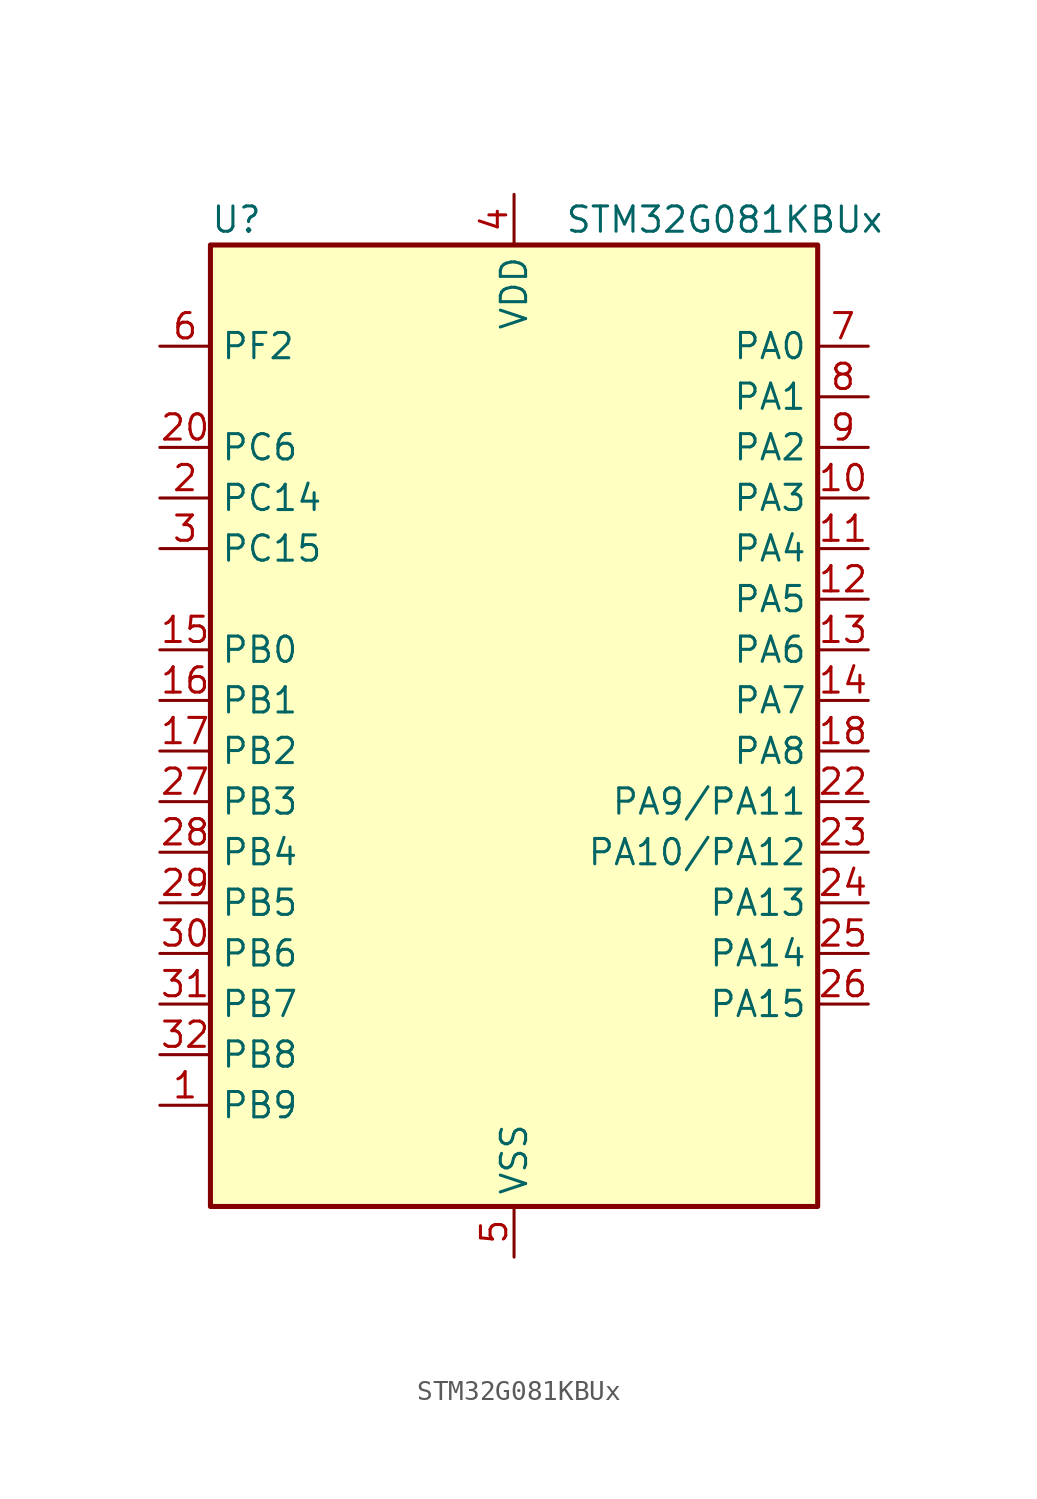
<source format=kicad_sym>
(kicad_symbol_lib
  (version 20241209)
  (generator "kicad_symbol_editor")
  (generator_version "9.0")
  (symbol "STM32G081KBUx"
    (property "Reference" "U"
      (at -15.24 26.67 0)
      (effects (font (size 1.27 1.27)) (justify left)))
    (property "Value" "STM32G081KBUx"
      (at 2.54 26.67 0)
      (effects (font (size 1.27 1.27)) (justify left)))
    (symbol "STM32G081KBUx_0_1"
      (rectangle (start -15.24 -22.86) (end 15.24 25.4) (stroke (width 0.254) (type default)) (fill (type background))))
    (symbol "STM32G081KBUx_1_1"
      (pin bidirectional line (at -17.78 20.32 0) (length 2.54) (name "PF2" (effects (font (size 1.27 1.27)))) (number "6" (effects (font (size 1.27 1.27)))) (alternate "RCC_MCO" bidirectional line))
      (pin bidirectional line (at -17.78 15.24 0) (length 2.54) (name "PC6" (effects (font (size 1.27 1.27)))) (number "20" (effects (font (size 1.27 1.27)))) (alternate "TIM2_CH3" bidirectional line) (alternate "TIM3_CH1" bidirectional line) (alternate "UCPD1_FRSTX1" bidirectional line) (alternate "UCPD1_FRSTX2" bidirectional line))
      (pin bidirectional line (at -17.78 12.7 0) (length 2.54) (name "PC14" (effects (font (size 1.27 1.27)))) (number "2" (effects (font (size 1.27 1.27)))) (alternate "RCC_OSC32_IN" bidirectional line) (alternate "RCC_OSC_IN" bidirectional line) (alternate "TIM1_BK2" bidirectional line))
      (pin bidirectional line (at -17.78 10.16 0) (length 2.54) (name "PC15" (effects (font (size 1.27 1.27)))) (number "3" (effects (font (size 1.27 1.27)))) (alternate "RCC_OSC32_EN" bidirectional line) (alternate "RCC_OSC32_OUT" bidirectional line) (alternate "RCC_OSC_EN" bidirectional line) (alternate "TIM15_BK" bidirectional line))
      (pin bidirectional line (at -17.78 5.08 0) (length 2.54) (name "PB0" (effects (font (size 1.27 1.27)))) (number "15" (effects (font (size 1.27 1.27)))) (alternate "ADC1_IN8" bidirectional line) (alternate "COMP1_OUT" bidirectional line) (alternate "I2S1_WS" bidirectional line) (alternate "LPTIM1_OUT" bidirectional line) (alternate "SPI1_NSS" bidirectional line) (alternate "TIM1_CH2N" bidirectional line) (alternate "TIM3_CH3" bidirectional line) (alternate "UCPD1_FRSTX1" bidirectional line) (alternate "UCPD1_FRSTX2" bidirectional line) (alternate "USART3_RX" bidirectional line))
      (pin bidirectional line (at -17.78 2.54 0) (length 2.54) (name "PB1" (effects (font (size 1.27 1.27)))) (number "16" (effects (font (size 1.27 1.27)))) (alternate "ADC1_IN9" bidirectional line) (alternate "COMP1_INM" bidirectional line) (alternate "LPTIM2_IN1" bidirectional line) (alternate "LPUART1_DE" bidirectional line) (alternate "LPUART1_RTS" bidirectional line) (alternate "TIM14_CH1" bidirectional line) (alternate "TIM1_CH3N" bidirectional line) (alternate "TIM3_CH4" bidirectional line) (alternate "USART3_CK" bidirectional line) (alternate "USART3_DE" bidirectional line) (alternate "USART3_RTS" bidirectional line))
      (pin bidirectional line (at -17.78 0 0) (length 2.54) (name "PB2" (effects (font (size 1.27 1.27)))) (number "17" (effects (font (size 1.27 1.27)))) (alternate "ADC1_IN10" bidirectional line) (alternate "COMP1_INP" bidirectional line) (alternate "LPTIM1_OUT" bidirectional line) (alternate "SPI2_MISO" bidirectional line) (alternate "USART3_TX" bidirectional line))
      (pin bidirectional line (at -17.78 -2.54 0) (length 2.54) (name "PB3" (effects (font (size 1.27 1.27)))) (number "27" (effects (font (size 1.27 1.27)))) (alternate "COMP2_INM" bidirectional line) (alternate "I2S1_CK" bidirectional line) (alternate "SPI1_SCK" bidirectional line) (alternate "TIM1_CH2" bidirectional line) (alternate "TIM2_CH2" bidirectional line) (alternate "USART1_CK" bidirectional line) (alternate "USART1_DE" bidirectional line) (alternate "USART1_RTS" bidirectional line))
      (pin bidirectional line (at -17.78 -5.08 0) (length 2.54) (name "PB4" (effects (font (size 1.27 1.27)))) (number "28" (effects (font (size 1.27 1.27)))) (alternate "COMP2_INP" bidirectional line) (alternate "I2S1_MCK" bidirectional line) (alternate "SPI1_MISO" bidirectional line) (alternate "TIM17_BK" bidirectional line) (alternate "TIM3_CH1" bidirectional line) (alternate "USART1_CTS" bidirectional line) (alternate "USART1_NSS" bidirectional line))
      (pin bidirectional line (at -17.78 -7.62 0) (length 2.54) (name "PB5" (effects (font (size 1.27 1.27)))) (number "29" (effects (font (size 1.27 1.27)))) (alternate "COMP2_OUT" bidirectional line) (alternate "I2C1_SMBA" bidirectional line) (alternate "I2S1_SD" bidirectional line) (alternate "LPTIM1_IN1" bidirectional line) (alternate "SPI1_MOSI" bidirectional line) (alternate "SYS_WKUP6" bidirectional line) (alternate "TIM16_BK" bidirectional line) (alternate "TIM3_CH2" bidirectional line))
      (pin bidirectional line (at -17.78 -10.16 0) (length 2.54) (name "PB6" (effects (font (size 1.27 1.27)))) (number "30" (effects (font (size 1.27 1.27)))) (alternate "COMP2_INP" bidirectional line) (alternate "I2C1_SCL" bidirectional line) (alternate "LPTIM1_ETR" bidirectional line) (alternate "SPI2_MISO" bidirectional line) (alternate "TIM16_CH1N" bidirectional line) (alternate "TIM1_CH3" bidirectional line) (alternate "USART1_TX" bidirectional line))
      (pin bidirectional line (at -17.78 -12.7 0) (length 2.54) (name "PB7" (effects (font (size 1.27 1.27)))) (number "31" (effects (font (size 1.27 1.27)))) (alternate "COMP2_INM" bidirectional line) (alternate "I2C1_SDA" bidirectional line) (alternate "LPTIM1_IN2" bidirectional line) (alternate "SPI2_MOSI" bidirectional line) (alternate "SYS_PVD_IN" bidirectional line) (alternate "TIM17_CH1N" bidirectional line) (alternate "USART1_RX" bidirectional line) (alternate "USART4_CTS" bidirectional line) (alternate "USART4_NSS" bidirectional line))
      (pin bidirectional line (at -17.78 -15.24 0) (length 2.54) (name "PB8" (effects (font (size 1.27 1.27)))) (number "32" (effects (font (size 1.27 1.27)))) (alternate "CEC" bidirectional line) (alternate "I2C1_SCL" bidirectional line) (alternate "SPI2_SCK" bidirectional line) (alternate "TIM15_BK" bidirectional line) (alternate "TIM16_CH1" bidirectional line) (alternate "USART3_TX" bidirectional line))
      (pin bidirectional line (at -17.78 -17.78 0) (length 2.54) (name "PB9" (effects (font (size 1.27 1.27)))) (number "1" (effects (font (size 1.27 1.27)))) (alternate "DAC1_EXTI9" bidirectional line) (alternate "I2C1_SDA" bidirectional line) (alternate "IR_OUT" bidirectional line) (alternate "SPI2_NSS" bidirectional line) (alternate "TIM17_CH1" bidirectional line) (alternate "USART3_RX" bidirectional line))
      (pin no_connect line (at -15.24 -20.32 0) (length 2.54) (hide yes) (name "NC/PA10" (effects (font (size 1.27 1.27)))) (number "21" (effects (font (size 1.27 1.27)))) (alternate "I2C1_SDA (PA10)" bidirectional line) (alternate "NC" bidirectional line) (alternate "PA10" bidirectional line) (alternate "SPI2_MOSI (PA10)" bidirectional line) (alternate "TIM17_BK (PA10)" bidirectional line) (alternate "TIM1_CH3 (PA10)" bidirectional line) (alternate "UCPD1_DBCC2 (PA10)" bidirectional line) (alternate "USART1_RX (PA10)" bidirectional line))
      (pin no_connect line (at -15.24 -22.86 0) (length 2.54) (hide yes) (name "NC/PA9" (effects (font (size 1.27 1.27)))) (number "19" (effects (font (size 1.27 1.27)))) (alternate "DAC1_EXTI9 (PA9)" bidirectional line) (alternate "I2C1_SCL (PA9)" bidirectional line) (alternate "NC" bidirectional line) (alternate "PA9" bidirectional line) (alternate "RCC_MCO (PA9)" bidirectional line) (alternate "SPI2_MISO (PA9)" bidirectional line) (alternate "TIM15_BK (PA9)" bidirectional line) (alternate "TIM1_CH2 (PA9)" bidirectional line) (alternate "UCPD1_DBCC1 (PA9)" bidirectional line) (alternate "USART1_TX (PA9)" bidirectional line))
      (pin power_in line (at 0 27.94 270) (length 2.54) (name "VDD" (effects (font (size 1.27 1.27)))) (number "4" (effects (font (size 1.27 1.27)))))
      (pin passive line (at 0 -25.4 90) (length 2.54) (hide yes) (name "VSS" (effects (font (size 1.27 1.27)))) (number "33" (effects (font (size 1.27 1.27)))))
      (pin power_in line (at 0 -25.4 90) (length 2.54) (name "VSS" (effects (font (size 1.27 1.27)))) (number "5" (effects (font (size 1.27 1.27)))))
      (pin bidirectional line (at 17.78 20.32 180) (length 2.54) (name "PA0" (effects (font (size 1.27 1.27)))) (number "7" (effects (font (size 1.27 1.27)))) (alternate "ADC1_IN0" bidirectional line) (alternate "COMP1_INM" bidirectional line) (alternate "COMP1_OUT" bidirectional line) (alternate "LPTIM1_OUT" bidirectional line) (alternate "RTC_TAMP_IN2" bidirectional line) (alternate "SPI2_SCK" bidirectional line) (alternate "SYS_WKUP1" bidirectional line) (alternate "TIM2_CH1" bidirectional line) (alternate "TIM2_ETR" bidirectional line) (alternate "USART2_CTS" bidirectional line) (alternate "USART2_NSS" bidirectional line) (alternate "USART4_TX" bidirectional line))
      (pin bidirectional line (at 17.78 17.78 180) (length 2.54) (name "PA1" (effects (font (size 1.27 1.27)))) (number "8" (effects (font (size 1.27 1.27)))) (alternate "ADC1_IN1" bidirectional line) (alternate "COMP1_INP" bidirectional line) (alternate "I2C1_SMBA" bidirectional line) (alternate "I2S1_CK" bidirectional line) (alternate "SPI1_SCK" bidirectional line) (alternate "TIM15_CH1N" bidirectional line) (alternate "TIM2_CH2" bidirectional line) (alternate "USART2_CK" bidirectional line) (alternate "USART2_DE" bidirectional line) (alternate "USART2_RTS" bidirectional line) (alternate "USART4_RX" bidirectional line))
      (pin bidirectional line (at 17.78 15.24 180) (length 2.54) (name "PA2" (effects (font (size 1.27 1.27)))) (number "9" (effects (font (size 1.27 1.27)))) (alternate "ADC1_IN2" bidirectional line) (alternate "COMP2_INM" bidirectional line) (alternate "COMP2_OUT" bidirectional line) (alternate "I2S1_SD" bidirectional line) (alternate "LPUART1_TX" bidirectional line) (alternate "RCC_LSCO" bidirectional line) (alternate "SPI1_MOSI" bidirectional line) (alternate "SYS_WKUP4" bidirectional line) (alternate "TIM15_CH1" bidirectional line) (alternate "TIM2_CH3" bidirectional line) (alternate "UCPD1_FRSTX1" bidirectional line) (alternate "UCPD1_FRSTX2" bidirectional line) (alternate "USART2_TX" bidirectional line))
      (pin bidirectional line (at 17.78 12.7 180) (length 2.54) (name "PA3" (effects (font (size 1.27 1.27)))) (number "10" (effects (font (size 1.27 1.27)))) (alternate "ADC1_IN3" bidirectional line) (alternate "COMP2_INP" bidirectional line) (alternate "LPUART1_RX" bidirectional line) (alternate "SPI2_MISO" bidirectional line) (alternate "TIM15_CH2" bidirectional line) (alternate "TIM2_CH4" bidirectional line) (alternate "USART2_RX" bidirectional line))
      (pin bidirectional line (at 17.78 10.16 180) (length 2.54) (name "PA4" (effects (font (size 1.27 1.27)))) (number "11" (effects (font (size 1.27 1.27)))) (alternate "ADC1_IN4" bidirectional line) (alternate "DAC1_OUT1" bidirectional line) (alternate "I2S1_WS" bidirectional line) (alternate "LPTIM2_OUT" bidirectional line) (alternate "RTC_OUT_ALARM" bidirectional line) (alternate "RTC_OUT_CALIB" bidirectional line) (alternate "RTC_TAMP_IN1" bidirectional line) (alternate "RTC_TS" bidirectional line) (alternate "SPI1_NSS" bidirectional line) (alternate "SPI2_MOSI" bidirectional line) (alternate "SYS_WKUP2" bidirectional line) (alternate "TIM14_CH1" bidirectional line))
      (pin bidirectional line (at 17.78 7.62 180) (length 2.54) (name "PA5" (effects (font (size 1.27 1.27)))) (number "12" (effects (font (size 1.27 1.27)))) (alternate "ADC1_IN5" bidirectional line) (alternate "CEC" bidirectional line) (alternate "DAC1_OUT2" bidirectional line) (alternate "I2S1_CK" bidirectional line) (alternate "LPTIM2_ETR" bidirectional line) (alternate "SPI1_SCK" bidirectional line) (alternate "TIM2_CH1" bidirectional line) (alternate "TIM2_ETR" bidirectional line) (alternate "UCPD1_FRSTX1" bidirectional line) (alternate "UCPD1_FRSTX2" bidirectional line) (alternate "USART3_TX" bidirectional line))
      (pin bidirectional line (at 17.78 5.08 180) (length 2.54) (name "PA6" (effects (font (size 1.27 1.27)))) (number "13" (effects (font (size 1.27 1.27)))) (alternate "ADC1_IN6" bidirectional line) (alternate "COMP1_OUT" bidirectional line) (alternate "I2S1_MCK" bidirectional line) (alternate "LPUART1_CTS" bidirectional line) (alternate "SPI1_MISO" bidirectional line) (alternate "TIM16_CH1" bidirectional line) (alternate "TIM1_BK" bidirectional line) (alternate "TIM3_CH1" bidirectional line) (alternate "USART3_CTS" bidirectional line) (alternate "USART3_NSS" bidirectional line))
      (pin bidirectional line (at 17.78 2.54 180) (length 2.54) (name "PA7" (effects (font (size 1.27 1.27)))) (number "14" (effects (font (size 1.27 1.27)))) (alternate "ADC1_IN7" bidirectional line) (alternate "COMP2_OUT" bidirectional line) (alternate "I2S1_SD" bidirectional line) (alternate "SPI1_MOSI" bidirectional line) (alternate "TIM14_CH1" bidirectional line) (alternate "TIM17_CH1" bidirectional line) (alternate "TIM1_CH1N" bidirectional line) (alternate "TIM3_CH2" bidirectional line) (alternate "UCPD1_FRSTX1" bidirectional line) (alternate "UCPD1_FRSTX2" bidirectional line))
      (pin bidirectional line (at 17.78 0 180) (length 2.54) (name "PA8" (effects (font (size 1.27 1.27)))) (number "18" (effects (font (size 1.27 1.27)))) (alternate "LPTIM2_OUT" bidirectional line) (alternate "RCC_MCO" bidirectional line) (alternate "SPI2_NSS" bidirectional line) (alternate "TIM1_CH1" bidirectional line) (alternate "UCPD1_CC1" bidirectional line))
      (pin bidirectional line (at 17.78 -2.54 180) (length 2.54) (name "PA9/PA11" (effects (font (size 1.27 1.27)))) (number "22" (effects (font (size 1.27 1.27)))) (alternate "ADC1_EXTI11 (PA11)" bidirectional line) (alternate "COMP1_OUT (PA11)" bidirectional line) (alternate "DAC1_EXTI9 (PA9)" bidirectional line) (alternate "I2C1_SCL (PA9)" bidirectional line) (alternate "I2C2_SCL (PA11)" bidirectional line) (alternate "I2S1_MCK (PA11)" bidirectional line) (alternate "PA11" bidirectional line) (alternate "PA9" bidirectional line) (alternate "RCC_MCO (PA9)" bidirectional line) (alternate "SPI1_MISO (PA11)" bidirectional line) (alternate "SPI2_MISO (PA9)" bidirectional line) (alternate "TIM15_BK (PA9)" bidirectional line) (alternate "TIM1_BK2 (PA11)" bidirectional line) (alternate "TIM1_CH2 (PA9)" bidirectional line) (alternate "TIM1_CH4 (PA11)" bidirectional line) (alternate "USART1_CTS (PA11)" bidirectional line) (alternate "USART1_NSS (PA11)" bidirectional line) (alternate "USART1_TX (PA9)" bidirectional line))
      (pin bidirectional line (at 17.78 -5.08 180) (length 2.54) (name "PA10/PA12" (effects (font (size 1.27 1.27)))) (number "23" (effects (font (size 1.27 1.27)))) (alternate "COMP2_OUT (PA12)" bidirectional line) (alternate "I2C1_SDA (PA10)" bidirectional line) (alternate "I2C2_SDA (PA12)" bidirectional line) (alternate "I2S1_SD (PA12)" bidirectional line) (alternate "I2S_CKIN (PA12)" bidirectional line) (alternate "PA10" bidirectional line) (alternate "PA12" bidirectional line) (alternate "SPI1_MOSI (PA12)" bidirectional line) (alternate "SPI2_MOSI (PA10)" bidirectional line) (alternate "TIM17_BK (PA10)" bidirectional line) (alternate "TIM1_CH3 (PA10)" bidirectional line) (alternate "TIM1_ETR (PA12)" bidirectional line) (alternate "USART1_CK (PA12)" bidirectional line) (alternate "USART1_DE (PA12)" bidirectional line) (alternate "USART1_RTS (PA12)" bidirectional line) (alternate "USART1_RX (PA10)" bidirectional line))
      (pin bidirectional line (at 17.78 -7.62 180) (length 2.54) (name "PA13" (effects (font (size 1.27 1.27)))) (number "24" (effects (font (size 1.27 1.27)))) (alternate "IR_OUT" bidirectional line) (alternate "SYS_SWDIO" bidirectional line))
      (pin bidirectional line (at 17.78 -10.16 180) (length 2.54) (name "PA14" (effects (font (size 1.27 1.27)))) (number "25" (effects (font (size 1.27 1.27)))) (alternate "SYS_SWCLK" bidirectional line) (alternate "USART2_TX" bidirectional line))
      (pin bidirectional line (at 17.78 -12.7 180) (length 2.54) (name "PA15" (effects (font (size 1.27 1.27)))) (number "26" (effects (font (size 1.27 1.27)))) (alternate "I2S1_WS" bidirectional line) (alternate "SPI1_NSS" bidirectional line) (alternate "TIM2_CH1" bidirectional line) (alternate "TIM2_ETR" bidirectional line) (alternate "USART2_RX" bidirectional line) (alternate "USART3_CK" bidirectional line) (alternate "USART3_DE" bidirectional line) (alternate "USART3_RTS" bidirectional line) (alternate "USART4_CK" bidirectional line) (alternate "USART4_DE" bidirectional line) (alternate "USART4_RTS" bidirectional line)))))
</source>
